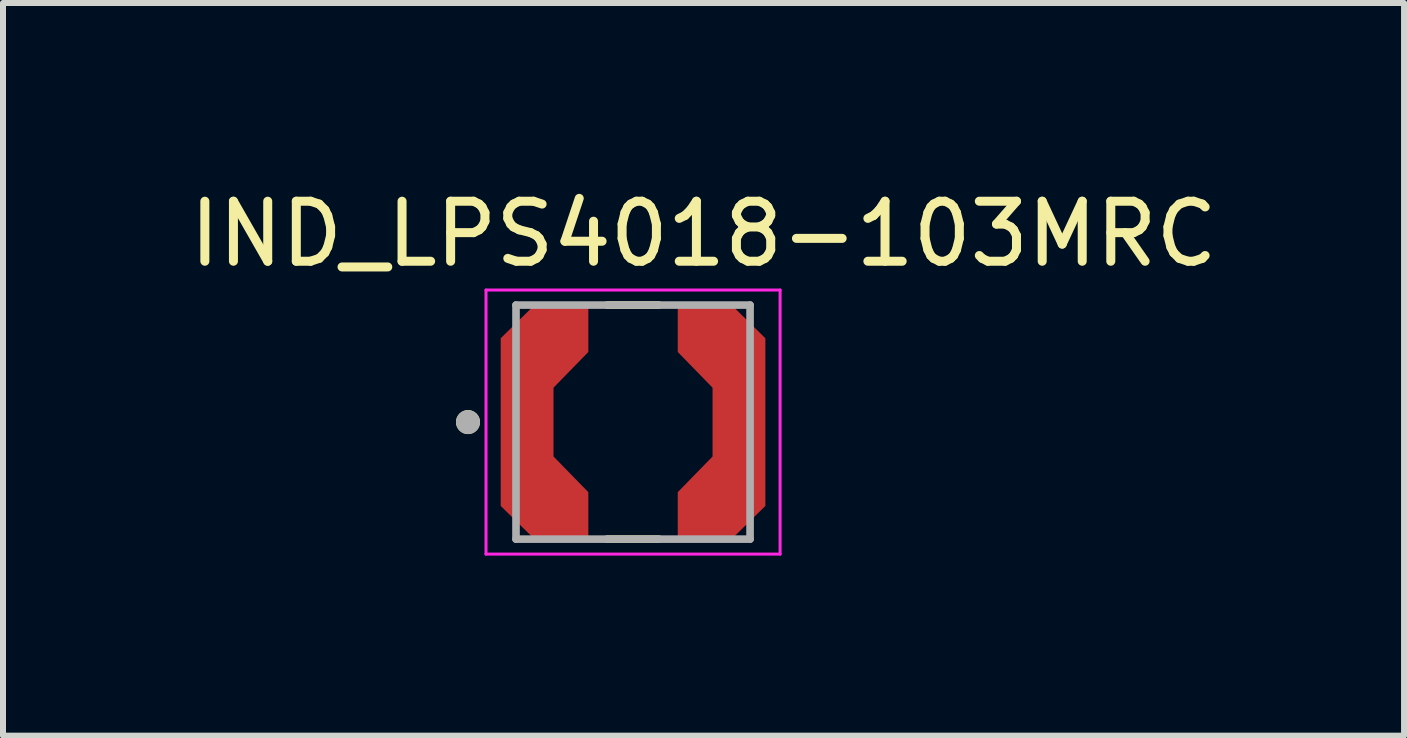
<source format=kicad_pcb>
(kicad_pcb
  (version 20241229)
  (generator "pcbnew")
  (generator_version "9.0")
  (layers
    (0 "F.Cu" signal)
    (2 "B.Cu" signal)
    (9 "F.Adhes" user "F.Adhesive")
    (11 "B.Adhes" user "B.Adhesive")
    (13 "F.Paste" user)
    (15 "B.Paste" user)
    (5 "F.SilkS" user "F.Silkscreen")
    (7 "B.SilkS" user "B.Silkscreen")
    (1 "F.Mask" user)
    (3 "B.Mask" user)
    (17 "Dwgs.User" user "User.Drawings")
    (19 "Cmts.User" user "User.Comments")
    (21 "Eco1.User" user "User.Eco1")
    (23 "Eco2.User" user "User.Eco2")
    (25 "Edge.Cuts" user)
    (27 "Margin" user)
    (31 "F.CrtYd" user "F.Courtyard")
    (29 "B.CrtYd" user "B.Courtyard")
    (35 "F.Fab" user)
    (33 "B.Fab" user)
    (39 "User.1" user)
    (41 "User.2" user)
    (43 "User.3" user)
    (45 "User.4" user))
  (footprint "IND_LPS4018-103MRC"
    (layer "F.Cu")
    (at 7.498 3.983)
    (property "Reference" "IND_LPS4018-103MRC" (at 1.175 -3.135 0) (layer "F.SilkS") (effects (font (size 1 1) (thickness 0.15))))
    (attr smd)
    (fp_poly (pts (xy -1.681 2.045) (xy -2.3 1.437) (xy -2.3 -1.437) (xy -1.681 -2.045) (xy -0.65 -2.045) (xy -0.65 -1.129) (xy -1.23 -0.534) (xy -1.23 0.534) (xy -0.65 1.129) (xy -0.65 2.045)) (stroke (width 0.01) (type solid)) (fill yes) (layer "F.Mask"))
    (fp_poly (pts (xy 1.681 -2.045) (xy 2.3 -1.437) (xy 2.3 1.437) (xy 1.681 2.045) (xy 0.65 2.045) (xy 0.65 1.129) (xy 1.23 0.534) (xy 1.23 -0.534) (xy 0.65 -1.129) (xy 0.65 -2.045)) (stroke (width 0.01) (type solid)) (fill yes) (layer "F.Mask"))
    (fp_line (start -0.43 -1.95) (end 0.43 -1.95) (stroke (width 0.127) (type solid)) (layer "F.SilkS"))
    (fp_line (start 0.43 1.95) (end -0.43 1.95) (stroke (width 0.127) (type solid)) (layer "F.SilkS"))
    (fp_circle (center -2.75 0) (end -2.65 0) (stroke (width 0.2) (type solid)) (fill no) (layer "F.SilkS"))
    (fp_poly (pts (xy -1.64 1.945) (xy -2.2 1.395) (xy -2.2 -1.395) (xy -1.64 -1.945) (xy -0.75 -1.945) (xy -0.75 -1.17) (xy -1.33 -0.575) (xy -1.33 0.575) (xy -0.75 1.17) (xy -0.75 1.945)) (stroke (width 0.01) (type solid)) (fill yes) (layer "F.Paste"))
    (fp_poly (pts (xy 1.64 -1.945) (xy 2.2 -1.395) (xy 2.2 1.395) (xy 1.64 1.945) (xy 0.75 1.945) (xy 0.75 1.17) (xy 1.33 0.575) (xy 1.33 -0.575) (xy 0.75 -1.17) (xy 0.75 -1.945)) (stroke (width 0.01) (type solid)) (fill yes) (layer "F.Paste"))
    (fp_line (start -2.45 -2.2) (end 2.45 -2.2) (stroke (width 0.05) (type solid)) (layer "F.CrtYd"))
    (fp_line (start -2.45 2.2) (end -2.45 -2.2) (stroke (width 0.05) (type solid)) (layer "F.CrtYd"))
    (fp_line (start 2.45 -2.2) (end 2.45 2.2) (stroke (width 0.05) (type solid)) (layer "F.CrtYd"))
    (fp_line (start 2.45 2.2) (end -2.45 2.2) (stroke (width 0.05) (type solid)) (layer "F.CrtYd"))
    (fp_line (start -1.95 -1.95) (end 1.95 -1.95) (stroke (width 0.127) (type solid)) (layer "F.Fab"))
    (fp_line (start -1.95 1.95) (end -1.95 -1.95) (stroke (width 0.127) (type solid)) (layer "F.Fab"))
    (fp_line (start 1.95 -1.95) (end 1.95 1.95) (stroke (width 0.127) (type solid)) (layer "F.Fab"))
    (fp_line (start 1.95 1.95) (end -1.95 1.95) (stroke (width 0.127) (type solid)) (layer "F.Fab"))
    (fp_circle (center -2.75 0) (end -2.65 0) (stroke (width 0.2) (type solid)) (fill no) (layer "F.Fab"))
    (pad "1" smd custom (at -1.765 0) (size 0.5 2.5) (layers "F.Cu") (options (anchor rect)) (primitives (gr_poly (pts (xy 0.125 1.945) (xy -0.435 1.395) (xy -0.435 -1.395) (xy 0.125 -1.945) (xy 1.015 -1.945) (xy 1.015 -1.17) (xy 0.435 -0.575) (xy 0.435 0.575) (xy 1.015 1.17) (xy 1.015 1.945)) (width 0.01) (fill yes))))
    (pad "2" smd custom (at 1.765 0) (size 0.5 2.5) (layers "F.Cu") (options (anchor rect)) (primitives (gr_poly (pts (xy -0.125 -1.945) (xy 0.435 -1.395) (xy 0.435 1.395) (xy -0.125 1.945) (xy -1.015 1.945) (xy -1.015 1.17) (xy -0.435 0.575) (xy -0.435 -0.575) (xy -1.015 -1.17) (xy -1.015 -1.945)) (width 0.01) (fill yes)))))
  (gr_rect
    (start -3 -3)
    (end 20.345 9.208)
    (stroke (width 0.1) (type default))
    (fill no)
    (layer "Edge.Cuts")))
</source>
